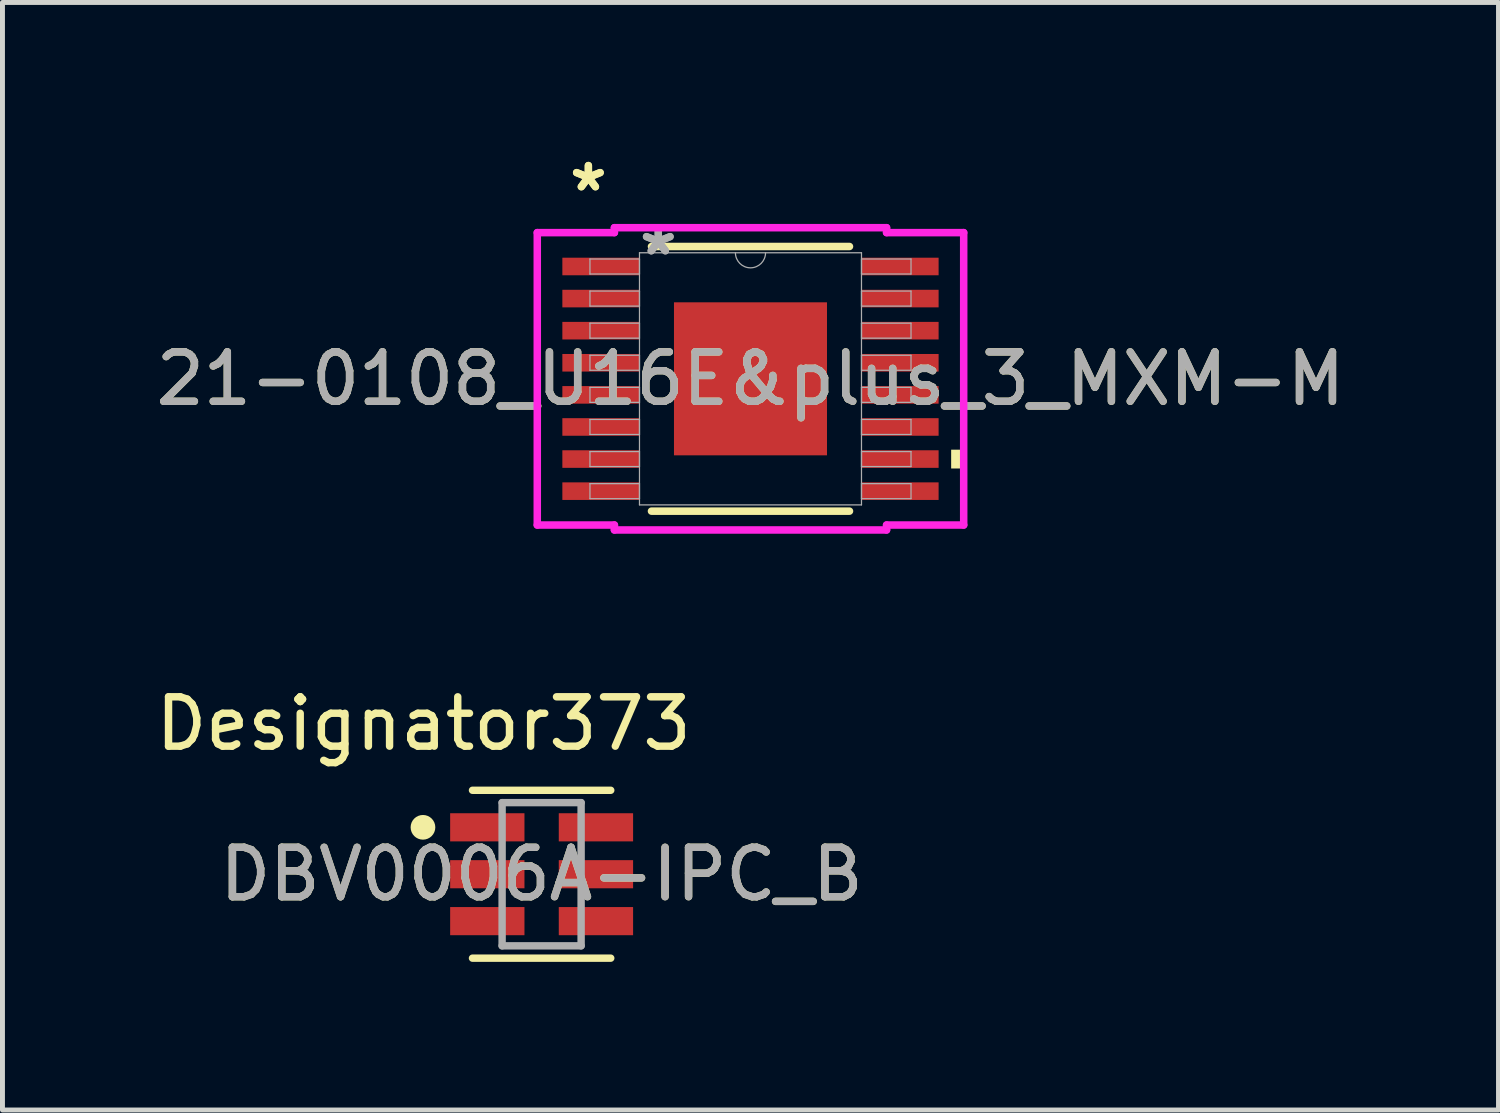
<source format=kicad_pcb>
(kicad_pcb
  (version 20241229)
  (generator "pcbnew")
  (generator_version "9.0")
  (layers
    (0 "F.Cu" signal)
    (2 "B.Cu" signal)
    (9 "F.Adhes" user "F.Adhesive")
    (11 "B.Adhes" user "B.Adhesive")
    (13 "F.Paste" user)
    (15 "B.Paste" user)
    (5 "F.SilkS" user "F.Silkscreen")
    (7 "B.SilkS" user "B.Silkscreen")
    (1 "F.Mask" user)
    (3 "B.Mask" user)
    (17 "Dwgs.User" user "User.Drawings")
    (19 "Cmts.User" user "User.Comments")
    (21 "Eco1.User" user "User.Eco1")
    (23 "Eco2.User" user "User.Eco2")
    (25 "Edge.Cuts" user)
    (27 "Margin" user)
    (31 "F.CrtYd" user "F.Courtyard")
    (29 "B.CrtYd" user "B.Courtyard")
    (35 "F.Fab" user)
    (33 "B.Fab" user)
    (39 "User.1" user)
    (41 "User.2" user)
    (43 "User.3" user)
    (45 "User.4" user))
  (footprint "DBV0006A-IPC_B"
    (layer "F.Cu")
    (at 7.919 14.655)
    (property "Reference" "DBV0006A-IPC_B" (at 0 0 0) (unlocked yes) (layer "F.SilkS") (effects (font (size 1 1) (thickness 0.15))))
    (attr smd)
    (fp_line (start -1.4 -1.7) (end 1.4 -1.7) (stroke (width 0.15) (type solid)) (layer "F.SilkS"))
    (fp_line (start -1.4 1.7) (end 1.4 1.7) (stroke (width 0.15) (type solid)) (layer "F.SilkS"))
    (fp_circle (center -2.403 -0.95) (end -2.278 -0.95) (stroke (width 0.25) (type solid)) (fill no) (layer "F.SilkS"))
    (fp_line (start -0.8 -1.45) (end 0.8 -1.45) (stroke (width 0.15) (type solid)) (layer "F.Fab"))
    (fp_line (start -0.8 1.45) (end -0.8 -1.45) (stroke (width 0.15) (type solid)) (layer "F.Fab"))
    (fp_line (start -0.8 1.45) (end 0.8 1.45) (stroke (width 0.15) (type solid)) (layer "F.Fab"))
    (fp_line (start 0.8 1.45) (end 0.8 -1.45) (stroke (width 0.15) (type solid)) (layer "F.Fab"))
    (fp_text user "Designator373" (at -2.389 -3.048 0) (unlocked yes) (layer "F.SilkS") (effects (font (size 1 1) (thickness 0.15))))
    (fp_text user "${REFERENCE}" (at 0 0 0) (unlocked yes) (layer "F.Fab") (effects (font (size 1 1) (thickness 0.15))))
    (pad "1" smd rect (at -1.1 -0.95) (size 1.505 0.57) (layers "F.Cu" "F.Mask" "F.Paste"))
    (pad "2" smd rect (at -1.1 0) (size 1.505 0.57) (layers "F.Cu" "F.Mask" "F.Paste"))
    (pad "3" smd rect (at -1.1 0.95) (size 1.505 0.57) (layers "F.Cu" "F.Mask" "F.Paste"))
    (pad "4" smd rect (at 1.1 0.95) (size 1.505 0.57) (layers "F.Cu" "F.Mask" "F.Paste"))
    (pad "5" smd rect (at 1.1 0) (size 1.505 0.57) (layers "F.Cu" "F.Mask" "F.Paste"))
    (pad "6" smd rect (at 1.1 -0.95) (size 1.505 0.57) (layers "F.Cu" "F.Mask" "F.Paste")))
  (footprint "21-0108_U16E&plus_3_MXM-M"
    (layer "F.Cu")
    (at 12.149 4.622)
    (property "Reference" "21-0108_U16E&plus_3_MXM-M" (at 0 0 0) (unlocked yes) (layer "F.SilkS") (effects (font (size 1 1) (thickness 0.15))))
    (attr smd)
    (fp_line (start -2.005 2.68) (end 2.005 2.68) (stroke (width 0.152) (type solid)) (layer "F.SilkS"))
    (fp_line (start 2.005 -2.68) (end -2.005 -2.68) (stroke (width 0.152) (type solid)) (layer "F.SilkS"))
    (fp_poly (pts (xy 4.318 1.435) (xy 4.318 1.816) (xy 4.064 1.816) (xy 4.064 1.435)) (stroke (width 0) (type solid)) (fill yes) (layer "F.SilkS"))
    (fp_poly (pts (xy -1.449 -1.449) (xy -1.449 -0.1) (xy -0.1 -0.1) (xy -0.1 -1.449)) (stroke (width 0) (type solid)) (fill yes) (layer "F.Paste"))
    (fp_poly (pts (xy -1.449 0.1) (xy -1.449 1.449) (xy -0.1 1.449) (xy -0.1 0.1)) (stroke (width 0) (type solid)) (fill yes) (layer "F.Paste"))
    (fp_poly (pts (xy 0.1 -1.449) (xy 0.1 -0.1) (xy 1.449 -0.1) (xy 1.449 -1.449)) (stroke (width 0) (type solid)) (fill yes) (layer "F.Paste"))
    (fp_poly (pts (xy 0.1 0.1) (xy 0.1 1.449) (xy 1.449 1.449) (xy 1.449 0.1)) (stroke (width 0) (type solid)) (fill yes) (layer "F.Paste"))
    (fp_line (start -4.318 -2.961) (end -2.756 -2.961) (stroke (width 0.152) (type solid)) (layer "F.CrtYd"))
    (fp_line (start -4.318 2.961) (end -4.318 -2.961) (stroke (width 0.152) (type solid)) (layer "F.CrtYd"))
    (fp_line (start -4.318 2.961) (end -2.756 2.961) (stroke (width 0.152) (type solid)) (layer "F.CrtYd"))
    (fp_line (start -2.756 -3.061) (end 2.756 -3.061) (stroke (width 0.152) (type solid)) (layer "F.CrtYd"))
    (fp_line (start -2.756 -2.961) (end -2.756 -3.061) (stroke (width 0.152) (type solid)) (layer "F.CrtYd"))
    (fp_line (start -2.756 3.061) (end -2.756 2.961) (stroke (width 0.152) (type solid)) (layer "F.CrtYd"))
    (fp_line (start 2.756 -3.061) (end 2.756 -2.961) (stroke (width 0.152) (type solid)) (layer "F.CrtYd"))
    (fp_line (start 2.756 2.961) (end 2.756 3.061) (stroke (width 0.152) (type solid)) (layer "F.CrtYd"))
    (fp_line (start 2.756 3.061) (end -2.756 3.061) (stroke (width 0.152) (type solid)) (layer "F.CrtYd"))
    (fp_line (start 4.318 -2.961) (end 2.756 -2.961) (stroke (width 0.152) (type solid)) (layer "F.CrtYd"))
    (fp_line (start 4.318 -2.961) (end 4.318 2.961) (stroke (width 0.152) (type solid)) (layer "F.CrtYd"))
    (fp_line (start 4.318 2.961) (end 2.756 2.961) (stroke (width 0.152) (type solid)) (layer "F.CrtYd"))
    (fp_line (start -3.251 -2.427) (end -3.251 -2.123) (stroke (width 0.025) (type solid)) (layer "F.Fab"))
    (fp_line (start -3.251 -2.123) (end -2.248 -2.123) (stroke (width 0.025) (type solid)) (layer "F.Fab"))
    (fp_line (start -3.251 -1.777) (end -3.251 -1.473) (stroke (width 0.025) (type solid)) (layer "F.Fab"))
    (fp_line (start -3.251 -1.473) (end -2.248 -1.473) (stroke (width 0.025) (type solid)) (layer "F.Fab"))
    (fp_line (start -3.251 -1.127) (end -3.251 -0.823) (stroke (width 0.025) (type solid)) (layer "F.Fab"))
    (fp_line (start -3.251 -0.823) (end -2.248 -0.823) (stroke (width 0.025) (type solid)) (layer "F.Fab"))
    (fp_line (start -3.251 -0.477) (end -3.251 -0.173) (stroke (width 0.025) (type solid)) (layer "F.Fab"))
    (fp_line (start -3.251 -0.173) (end -2.248 -0.173) (stroke (width 0.025) (type solid)) (layer "F.Fab"))
    (fp_line (start -3.251 0.173) (end -3.251 0.477) (stroke (width 0.025) (type solid)) (layer "F.Fab"))
    (fp_line (start -3.251 0.477) (end -2.248 0.477) (stroke (width 0.025) (type solid)) (layer "F.Fab"))
    (fp_line (start -3.251 0.823) (end -3.251 1.127) (stroke (width 0.025) (type solid)) (layer "F.Fab"))
    (fp_line (start -3.251 1.127) (end -2.248 1.127) (stroke (width 0.025) (type solid)) (layer "F.Fab"))
    (fp_line (start -3.251 1.473) (end -3.251 1.777) (stroke (width 0.025) (type solid)) (layer "F.Fab"))
    (fp_line (start -3.251 1.777) (end -2.248 1.777) (stroke (width 0.025) (type solid)) (layer "F.Fab"))
    (fp_line (start -3.251 2.123) (end -3.251 2.427) (stroke (width 0.025) (type solid)) (layer "F.Fab"))
    (fp_line (start -3.251 2.427) (end -2.248 2.427) (stroke (width 0.025) (type solid)) (layer "F.Fab"))
    (fp_line (start -2.248 -2.553) (end -2.248 2.553) (stroke (width 0.025) (type solid)) (layer "F.Fab"))
    (fp_line (start -2.248 -2.427) (end -3.251 -2.427) (stroke (width 0.025) (type solid)) (layer "F.Fab"))
    (fp_line (start -2.248 -2.123) (end -2.248 -2.427) (stroke (width 0.025) (type solid)) (layer "F.Fab"))
    (fp_line (start -2.248 -1.777) (end -3.251 -1.777) (stroke (width 0.025) (type solid)) (layer "F.Fab"))
    (fp_line (start -2.248 -1.473) (end -2.248 -1.777) (stroke (width 0.025) (type solid)) (layer "F.Fab"))
    (fp_line (start -2.248 -1.127) (end -3.251 -1.127) (stroke (width 0.025) (type solid)) (layer "F.Fab"))
    (fp_line (start -2.248 -0.823) (end -2.248 -1.127) (stroke (width 0.025) (type solid)) (layer "F.Fab"))
    (fp_line (start -2.248 -0.477) (end -3.251 -0.477) (stroke (width 0.025) (type solid)) (layer "F.Fab"))
    (fp_line (start -2.248 -0.173) (end -2.248 -0.477) (stroke (width 0.025) (type solid)) (layer "F.Fab"))
    (fp_line (start -2.248 0.173) (end -3.251 0.173) (stroke (width 0.025) (type solid)) (layer "F.Fab"))
    (fp_line (start -2.248 0.477) (end -2.248 0.173) (stroke (width 0.025) (type solid)) (layer "F.Fab"))
    (fp_line (start -2.248 0.823) (end -3.251 0.823) (stroke (width 0.025) (type solid)) (layer "F.Fab"))
    (fp_line (start -2.248 1.127) (end -2.248 0.823) (stroke (width 0.025) (type solid)) (layer "F.Fab"))
    (fp_line (start -2.248 1.473) (end -3.251 1.473) (stroke (width 0.025) (type solid)) (layer "F.Fab"))
    (fp_line (start -2.248 1.777) (end -2.248 1.473) (stroke (width 0.025) (type solid)) (layer "F.Fab"))
    (fp_line (start -2.248 2.123) (end -3.251 2.123) (stroke (width 0.025) (type solid)) (layer "F.Fab"))
    (fp_line (start -2.248 2.427) (end -2.248 2.123) (stroke (width 0.025) (type solid)) (layer "F.Fab"))
    (fp_line (start -2.248 2.553) (end 2.248 2.553) (stroke (width 0.025) (type solid)) (layer "F.Fab"))
    (fp_line (start 2.248 -2.553) (end -2.248 -2.553) (stroke (width 0.025) (type solid)) (layer "F.Fab"))
    (fp_line (start 2.248 -2.427) (end 2.248 -2.123) (stroke (width 0.025) (type solid)) (layer "F.Fab"))
    (fp_line (start 2.248 -2.123) (end 3.251 -2.123) (stroke (width 0.025) (type solid)) (layer "F.Fab"))
    (fp_line (start 2.248 -1.777) (end 2.248 -1.473) (stroke (width 0.025) (type solid)) (layer "F.Fab"))
    (fp_line (start 2.248 -1.473) (end 3.251 -1.473) (stroke (width 0.025) (type solid)) (layer "F.Fab"))
    (fp_line (start 2.248 -1.127) (end 2.248 -0.823) (stroke (width 0.025) (type solid)) (layer "F.Fab"))
    (fp_line (start 2.248 -0.823) (end 3.251 -0.823) (stroke (width 0.025) (type solid)) (layer "F.Fab"))
    (fp_line (start 2.248 -0.477) (end 2.248 -0.173) (stroke (width 0.025) (type solid)) (layer "F.Fab"))
    (fp_line (start 2.248 -0.173) (end 3.251 -0.173) (stroke (width 0.025) (type solid)) (layer "F.Fab"))
    (fp_line (start 2.248 0.173) (end 2.248 0.477) (stroke (width 0.025) (type solid)) (layer "F.Fab"))
    (fp_line (start 2.248 0.477) (end 3.251 0.477) (stroke (width 0.025) (type solid)) (layer "F.Fab"))
    (fp_line (start 2.248 0.823) (end 2.248 1.127) (stroke (width 0.025) (type solid)) (layer "F.Fab"))
    (fp_line (start 2.248 1.127) (end 3.251 1.127) (stroke (width 0.025) (type solid)) (layer "F.Fab"))
    (fp_line (start 2.248 1.473) (end 2.248 1.777) (stroke (width 0.025) (type solid)) (layer "F.Fab"))
    (fp_line (start 2.248 1.777) (end 3.251 1.777) (stroke (width 0.025) (type solid)) (layer "F.Fab"))
    (fp_line (start 2.248 2.123) (end 2.248 2.427) (stroke (width 0.025) (type solid)) (layer "F.Fab"))
    (fp_line (start 2.248 2.427) (end 3.251 2.427) (stroke (width 0.025) (type solid)) (layer "F.Fab"))
    (fp_line (start 2.248 2.553) (end 2.248 -2.553) (stroke (width 0.025) (type solid)) (layer "F.Fab"))
    (fp_line (start 3.251 -2.427) (end 2.248 -2.427) (stroke (width 0.025) (type solid)) (layer "F.Fab"))
    (fp_line (start 3.251 -2.123) (end 3.251 -2.427) (stroke (width 0.025) (type solid)) (layer "F.Fab"))
    (fp_line (start 3.251 -1.777) (end 2.248 -1.777) (stroke (width 0.025) (type solid)) (layer "F.Fab"))
    (fp_line (start 3.251 -1.473) (end 3.251 -1.777) (stroke (width 0.025) (type solid)) (layer "F.Fab"))
    (fp_line (start 3.251 -1.127) (end 2.248 -1.127) (stroke (width 0.025) (type solid)) (layer "F.Fab"))
    (fp_line (start 3.251 -0.823) (end 3.251 -1.127) (stroke (width 0.025) (type solid)) (layer "F.Fab"))
    (fp_line (start 3.251 -0.477) (end 2.248 -0.477) (stroke (width 0.025) (type solid)) (layer "F.Fab"))
    (fp_line (start 3.251 -0.173) (end 3.251 -0.477) (stroke (width 0.025) (type solid)) (layer "F.Fab"))
    (fp_line (start 3.251 0.173) (end 2.248 0.173) (stroke (width 0.025) (type solid)) (layer "F.Fab"))
    (fp_line (start 3.251 0.477) (end 3.251 0.173) (stroke (width 0.025) (type solid)) (layer "F.Fab"))
    (fp_line (start 3.251 0.823) (end 2.248 0.823) (stroke (width 0.025) (type solid)) (layer "F.Fab"))
    (fp_line (start 3.251 1.127) (end 3.251 0.823) (stroke (width 0.025) (type solid)) (layer "F.Fab"))
    (fp_line (start 3.251 1.473) (end 2.248 1.473) (stroke (width 0.025) (type solid)) (layer "F.Fab"))
    (fp_line (start 3.251 1.777) (end 3.251 1.473) (stroke (width 0.025) (type solid)) (layer "F.Fab"))
    (fp_line (start 3.251 2.123) (end 2.248 2.123) (stroke (width 0.025) (type solid)) (layer "F.Fab"))
    (fp_line (start 3.251 2.427) (end 3.251 2.123) (stroke (width 0.025) (type solid)) (layer "F.Fab"))
    (fp_arc (start 0.3048 -2.5527) (mid 0 -2.2479) (end -0.3048 -2.5527) (stroke (width 0.0254) (type solid)) (layer "F.Fab"))
    (fp_text user "*" (at -3.283 -3.774 0) (unlocked yes) (layer "F.SilkS") (effects (font (size 1 1) (thickness 0.15))))
    (fp_text user "*" (at -3.283 -3.774 0) (layer "F.SilkS") (effects (font (size 1 1) (thickness 0.15))))
    (fp_text user "${REFERENCE}" (at 0 0 0) (unlocked yes) (layer "F.Fab") (effects (font (size 1 1) (thickness 0.15))))
    (fp_text user "*" (at -1.867 -2.477 0) (layer "F.Fab") (effects (font (size 1 1) (thickness 0.15))))
    (fp_text user "*" (at -1.867 -2.477 0) (unlocked yes) (layer "F.Fab") (effects (font (size 1 1) (thickness 0.15))))
    (pad "1" smd rect (at -3.029 -2.275) (size 1.562 0.356) (layers "F.Cu" "F.Mask" "F.Paste"))
    (pad "2" smd rect (at -3.029 -1.625) (size 1.562 0.356) (layers "F.Cu" "F.Mask" "F.Paste"))
    (pad "3" smd rect (at -3.029 -0.975) (size 1.562 0.356) (layers "F.Cu" "F.Mask" "F.Paste"))
    (pad "4" smd rect (at -3.029 -0.325) (size 1.562 0.356) (layers "F.Cu" "F.Mask" "F.Paste"))
    (pad "5" smd rect (at -3.029 0.325) (size 1.562 0.356) (layers "F.Cu" "F.Mask" "F.Paste"))
    (pad "6" smd rect (at -3.029 0.975) (size 1.562 0.356) (layers "F.Cu" "F.Mask" "F.Paste"))
    (pad "7" smd rect (at -3.029 1.625) (size 1.562 0.356) (layers "F.Cu" "F.Mask" "F.Paste"))
    (pad "8" smd rect (at -3.029 2.275) (size 1.562 0.356) (layers "F.Cu" "F.Mask" "F.Paste"))
    (pad "9" smd rect (at 3.029 2.275) (size 1.562 0.356) (layers "F.Cu" "F.Mask" "F.Paste"))
    (pad "10" smd rect (at 3.029 1.625) (size 1.562 0.356) (layers "F.Cu" "F.Mask" "F.Paste"))
    (pad "11" smd rect (at 3.029 0.975) (size 1.562 0.356) (layers "F.Cu" "F.Mask" "F.Paste"))
    (pad "12" smd rect (at 3.029 0.325) (size 1.562 0.356) (layers "F.Cu" "F.Mask" "F.Paste"))
    (pad "13" smd rect (at 3.029 -0.325) (size 1.562 0.356) (layers "F.Cu" "F.Mask" "F.Paste"))
    (pad "14" smd rect (at 3.029 -0.975) (size 1.562 0.356) (layers "F.Cu" "F.Mask" "F.Paste"))
    (pad "15" smd rect (at 3.029 -1.625) (size 1.562 0.356) (layers "F.Cu" "F.Mask" "F.Paste"))
    (pad "16" smd rect (at 3.029 -2.275) (size 1.562 0.356) (layers "F.Cu" "F.Mask" "F.Paste"))
    (pad "EPAD" smd rect (at 0 0) (size 3.099 3.099) (layers "F.Cu" "F.Mask")))
  (gr_rect
    (start -3 -3)
    (end 27.298 19.43)
    (stroke (width 0.1) (type default))
    (fill no)
    (layer "Edge.Cuts")))
</source>
